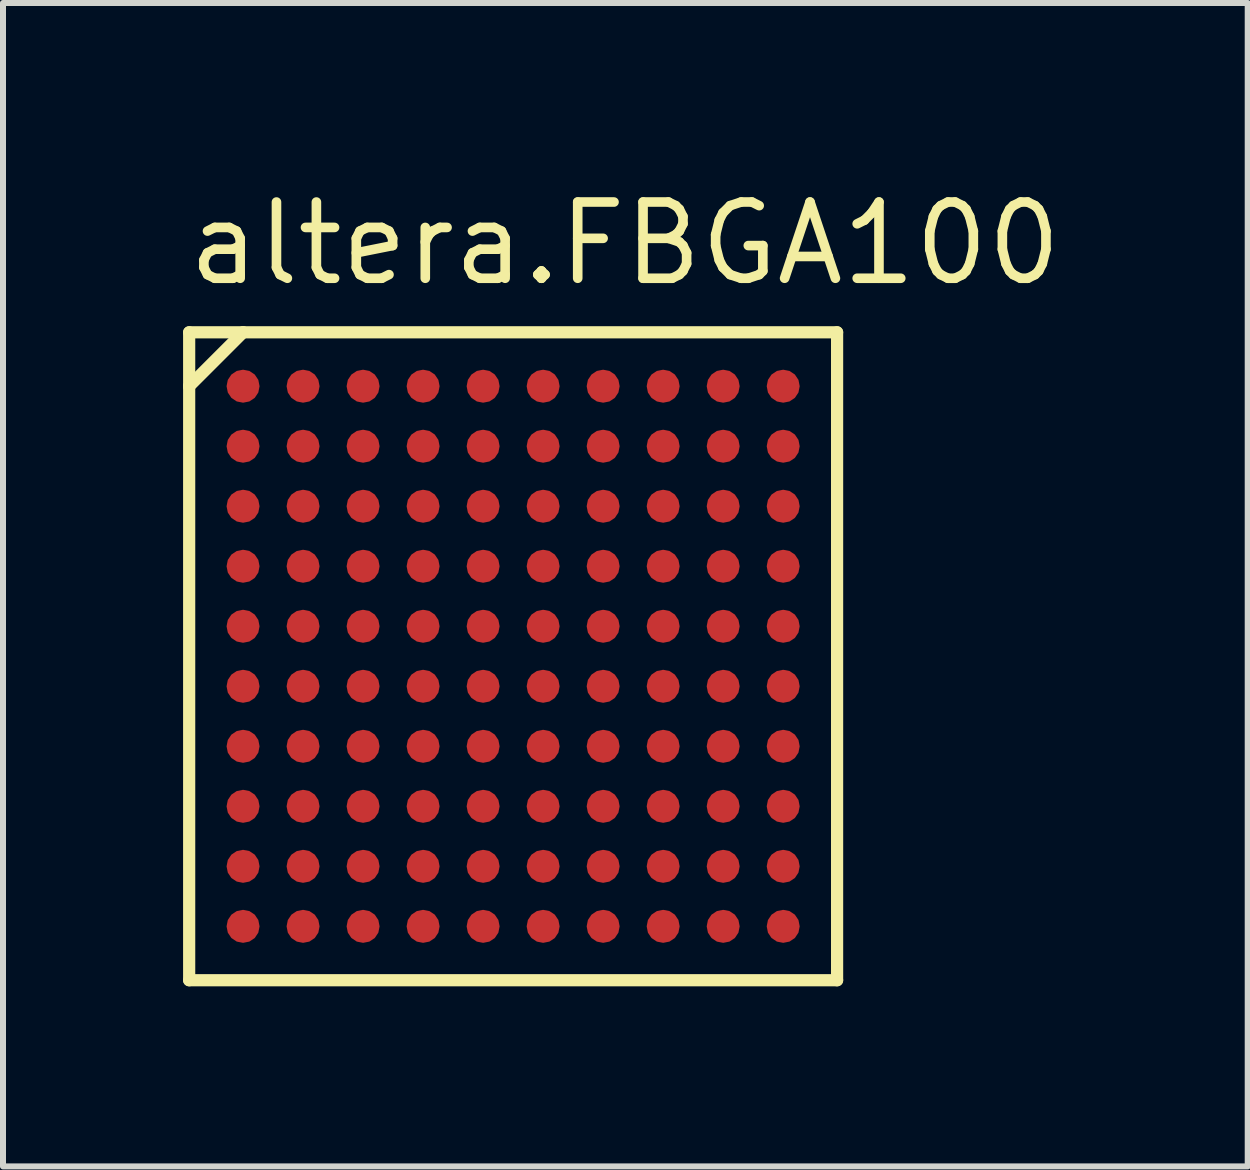
<source format=kicad_pcb>
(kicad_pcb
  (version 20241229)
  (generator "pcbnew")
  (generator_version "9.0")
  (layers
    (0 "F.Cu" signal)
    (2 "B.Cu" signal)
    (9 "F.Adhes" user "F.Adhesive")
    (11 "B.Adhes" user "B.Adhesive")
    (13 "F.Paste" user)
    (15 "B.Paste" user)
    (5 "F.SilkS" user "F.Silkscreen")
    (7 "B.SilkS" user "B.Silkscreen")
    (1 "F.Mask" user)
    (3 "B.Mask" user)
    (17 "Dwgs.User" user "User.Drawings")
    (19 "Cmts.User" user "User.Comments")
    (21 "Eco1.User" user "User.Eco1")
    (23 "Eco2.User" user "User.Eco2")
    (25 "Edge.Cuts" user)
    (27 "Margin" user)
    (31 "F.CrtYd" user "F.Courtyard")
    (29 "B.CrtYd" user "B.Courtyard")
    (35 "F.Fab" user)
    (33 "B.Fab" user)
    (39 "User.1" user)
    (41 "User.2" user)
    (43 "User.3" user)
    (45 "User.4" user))
  (footprint "altera.FBGA100"
    (layer "F.Cu")
    (at 5.5 7.885)
    (property "Reference" "altera.FBGA100" (at -5.5 -6.135 0) (layer "F.SilkS") (effects (font (size 1.27 1.27) (thickness 0.16)) (justify left bottom)))
    (attr smd)
    (fp_circle (center -4.5 -4.5) (end -4.275 -4.5) (stroke (width 0.1) (type default)) (fill no) (layer "F.Mask"))
    (fp_circle (center -4.5 -3.5) (end -4.275 -3.5) (stroke (width 0.1) (type default)) (fill no) (layer "F.Mask"))
    (fp_circle (center -4.5 -2.5) (end -4.275 -2.5) (stroke (width 0.1) (type default)) (fill no) (layer "F.Mask"))
    (fp_circle (center -4.5 -1.5) (end -4.275 -1.5) (stroke (width 0.1) (type default)) (fill no) (layer "F.Mask"))
    (fp_circle (center -4.5 -0.5) (end -4.275 -0.5) (stroke (width 0.1) (type default)) (fill no) (layer "F.Mask"))
    (fp_circle (center -4.5 0.5) (end -4.275 0.5) (stroke (width 0.1) (type default)) (fill no) (layer "F.Mask"))
    (fp_circle (center -4.5 1.5) (end -4.275 1.5) (stroke (width 0.1) (type default)) (fill no) (layer "F.Mask"))
    (fp_circle (center -4.5 2.5) (end -4.275 2.5) (stroke (width 0.1) (type default)) (fill no) (layer "F.Mask"))
    (fp_circle (center -4.5 3.5) (end -4.275 3.5) (stroke (width 0.1) (type default)) (fill no) (layer "F.Mask"))
    (fp_circle (center -4.5 4.5) (end -4.275 4.5) (stroke (width 0.1) (type default)) (fill no) (layer "F.Mask"))
    (fp_circle (center -3.5 -4.5) (end -3.275 -4.5) (stroke (width 0.1) (type default)) (fill no) (layer "F.Mask"))
    (fp_circle (center -3.5 -3.5) (end -3.275 -3.5) (stroke (width 0.1) (type default)) (fill no) (layer "F.Mask"))
    (fp_circle (center -3.5 -2.5) (end -3.275 -2.5) (stroke (width 0.1) (type default)) (fill no) (layer "F.Mask"))
    (fp_circle (center -3.5 -1.5) (end -3.275 -1.5) (stroke (width 0.1) (type default)) (fill no) (layer "F.Mask"))
    (fp_circle (center -3.5 -0.5) (end -3.275 -0.5) (stroke (width 0.1) (type default)) (fill no) (layer "F.Mask"))
    (fp_circle (center -3.5 0.5) (end -3.275 0.5) (stroke (width 0.1) (type default)) (fill no) (layer "F.Mask"))
    (fp_circle (center -3.5 1.5) (end -3.275 1.5) (stroke (width 0.1) (type default)) (fill no) (layer "F.Mask"))
    (fp_circle (center -3.5 2.5) (end -3.275 2.5) (stroke (width 0.1) (type default)) (fill no) (layer "F.Mask"))
    (fp_circle (center -3.5 3.5) (end -3.275 3.5) (stroke (width 0.1) (type default)) (fill no) (layer "F.Mask"))
    (fp_circle (center -3.5 4.5) (end -3.275 4.5) (stroke (width 0.1) (type default)) (fill no) (layer "F.Mask"))
    (fp_circle (center -2.5 -4.5) (end -2.275 -4.5) (stroke (width 0.1) (type default)) (fill no) (layer "F.Mask"))
    (fp_circle (center -2.5 -3.5) (end -2.275 -3.5) (stroke (width 0.1) (type default)) (fill no) (layer "F.Mask"))
    (fp_circle (center -2.5 -2.5) (end -2.275 -2.5) (stroke (width 0.1) (type default)) (fill no) (layer "F.Mask"))
    (fp_circle (center -2.5 -1.5) (end -2.275 -1.5) (stroke (width 0.1) (type default)) (fill no) (layer "F.Mask"))
    (fp_circle (center -2.5 -0.5) (end -2.275 -0.5) (stroke (width 0.1) (type default)) (fill no) (layer "F.Mask"))
    (fp_circle (center -2.5 0.5) (end -2.275 0.5) (stroke (width 0.1) (type default)) (fill no) (layer "F.Mask"))
    (fp_circle (center -2.5 1.5) (end -2.275 1.5) (stroke (width 0.1) (type default)) (fill no) (layer "F.Mask"))
    (fp_circle (center -2.5 2.5) (end -2.275 2.5) (stroke (width 0.1) (type default)) (fill no) (layer "F.Mask"))
    (fp_circle (center -2.5 3.5) (end -2.275 3.5) (stroke (width 0.1) (type default)) (fill no) (layer "F.Mask"))
    (fp_circle (center -2.5 4.5) (end -2.275 4.5) (stroke (width 0.1) (type default)) (fill no) (layer "F.Mask"))
    (fp_circle (center -1.5 -4.5) (end -1.275 -4.5) (stroke (width 0.1) (type default)) (fill no) (layer "F.Mask"))
    (fp_circle (center -1.5 -3.5) (end -1.275 -3.5) (stroke (width 0.1) (type default)) (fill no) (layer "F.Mask"))
    (fp_circle (center -1.5 -2.5) (end -1.275 -2.5) (stroke (width 0.1) (type default)) (fill no) (layer "F.Mask"))
    (fp_circle (center -1.5 -1.5) (end -1.275 -1.5) (stroke (width 0.1) (type default)) (fill no) (layer "F.Mask"))
    (fp_circle (center -1.5 -0.5) (end -1.275 -0.5) (stroke (width 0.1) (type default)) (fill no) (layer "F.Mask"))
    (fp_circle (center -1.5 0.5) (end -1.275 0.5) (stroke (width 0.1) (type default)) (fill no) (layer "F.Mask"))
    (fp_circle (center -1.5 1.5) (end -1.275 1.5) (stroke (width 0.1) (type default)) (fill no) (layer "F.Mask"))
    (fp_circle (center -1.5 2.5) (end -1.275 2.5) (stroke (width 0.1) (type default)) (fill no) (layer "F.Mask"))
    (fp_circle (center -1.5 3.5) (end -1.275 3.5) (stroke (width 0.1) (type default)) (fill no) (layer "F.Mask"))
    (fp_circle (center -1.5 4.5) (end -1.275 4.5) (stroke (width 0.1) (type default)) (fill no) (layer "F.Mask"))
    (fp_circle (center -0.5 -4.5) (end -0.275 -4.5) (stroke (width 0.1) (type default)) (fill no) (layer "F.Mask"))
    (fp_circle (center -0.5 -3.5) (end -0.275 -3.5) (stroke (width 0.1) (type default)) (fill no) (layer "F.Mask"))
    (fp_circle (center -0.5 -2.5) (end -0.275 -2.5) (stroke (width 0.1) (type default)) (fill no) (layer "F.Mask"))
    (fp_circle (center -0.5 -1.5) (end -0.275 -1.5) (stroke (width 0.1) (type default)) (fill no) (layer "F.Mask"))
    (fp_circle (center -0.5 -0.5) (end -0.275 -0.5) (stroke (width 0.1) (type default)) (fill no) (layer "F.Mask"))
    (fp_circle (center -0.5 0.5) (end -0.275 0.5) (stroke (width 0.1) (type default)) (fill no) (layer "F.Mask"))
    (fp_circle (center -0.5 1.5) (end -0.275 1.5) (stroke (width 0.1) (type default)) (fill no) (layer "F.Mask"))
    (fp_circle (center -0.5 2.5) (end -0.275 2.5) (stroke (width 0.1) (type default)) (fill no) (layer "F.Mask"))
    (fp_circle (center -0.5 3.5) (end -0.275 3.5) (stroke (width 0.1) (type default)) (fill no) (layer "F.Mask"))
    (fp_circle (center -0.5 4.5) (end -0.275 4.5) (stroke (width 0.1) (type default)) (fill no) (layer "F.Mask"))
    (fp_circle (center 0.5 -4.5) (end 0.725 -4.5) (stroke (width 0.1) (type default)) (fill no) (layer "F.Mask"))
    (fp_circle (center 0.5 -3.5) (end 0.725 -3.5) (stroke (width 0.1) (type default)) (fill no) (layer "F.Mask"))
    (fp_circle (center 0.5 -2.5) (end 0.725 -2.5) (stroke (width 0.1) (type default)) (fill no) (layer "F.Mask"))
    (fp_circle (center 0.5 -1.5) (end 0.725 -1.5) (stroke (width 0.1) (type default)) (fill no) (layer "F.Mask"))
    (fp_circle (center 0.5 -0.5) (end 0.725 -0.5) (stroke (width 0.1) (type default)) (fill no) (layer "F.Mask"))
    (fp_circle (center 0.5 0.5) (end 0.725 0.5) (stroke (width 0.1) (type default)) (fill no) (layer "F.Mask"))
    (fp_circle (center 0.5 1.5) (end 0.725 1.5) (stroke (width 0.1) (type default)) (fill no) (layer "F.Mask"))
    (fp_circle (center 0.5 2.5) (end 0.725 2.5) (stroke (width 0.1) (type default)) (fill no) (layer "F.Mask"))
    (fp_circle (center 0.5 3.5) (end 0.725 3.5) (stroke (width 0.1) (type default)) (fill no) (layer "F.Mask"))
    (fp_circle (center 0.5 4.5) (end 0.725 4.5) (stroke (width 0.1) (type default)) (fill no) (layer "F.Mask"))
    (fp_circle (center 1.5 -4.5) (end 1.725 -4.5) (stroke (width 0.1) (type default)) (fill no) (layer "F.Mask"))
    (fp_circle (center 1.5 -3.5) (end 1.725 -3.5) (stroke (width 0.1) (type default)) (fill no) (layer "F.Mask"))
    (fp_circle (center 1.5 -2.5) (end 1.725 -2.5) (stroke (width 0.1) (type default)) (fill no) (layer "F.Mask"))
    (fp_circle (center 1.5 -1.5) (end 1.725 -1.5) (stroke (width 0.1) (type default)) (fill no) (layer "F.Mask"))
    (fp_circle (center 1.5 -0.5) (end 1.725 -0.5) (stroke (width 0.1) (type default)) (fill no) (layer "F.Mask"))
    (fp_circle (center 1.5 0.5) (end 1.725 0.5) (stroke (width 0.1) (type default)) (fill no) (layer "F.Mask"))
    (fp_circle (center 1.5 1.5) (end 1.725 1.5) (stroke (width 0.1) (type default)) (fill no) (layer "F.Mask"))
    (fp_circle (center 1.5 2.5) (end 1.725 2.5) (stroke (width 0.1) (type default)) (fill no) (layer "F.Mask"))
    (fp_circle (center 1.5 3.5) (end 1.725 3.5) (stroke (width 0.1) (type default)) (fill no) (layer "F.Mask"))
    (fp_circle (center 1.5 4.5) (end 1.725 4.5) (stroke (width 0.1) (type default)) (fill no) (layer "F.Mask"))
    (fp_circle (center 2.5 -4.5) (end 2.725 -4.5) (stroke (width 0.1) (type default)) (fill no) (layer "F.Mask"))
    (fp_circle (center 2.5 -3.5) (end 2.725 -3.5) (stroke (width 0.1) (type default)) (fill no) (layer "F.Mask"))
    (fp_circle (center 2.5 -2.5) (end 2.725 -2.5) (stroke (width 0.1) (type default)) (fill no) (layer "F.Mask"))
    (fp_circle (center 2.5 -1.5) (end 2.725 -1.5) (stroke (width 0.1) (type default)) (fill no) (layer "F.Mask"))
    (fp_circle (center 2.5 -0.5) (end 2.725 -0.5) (stroke (width 0.1) (type default)) (fill no) (layer "F.Mask"))
    (fp_circle (center 2.5 0.5) (end 2.725 0.5) (stroke (width 0.1) (type default)) (fill no) (layer "F.Mask"))
    (fp_circle (center 2.5 1.5) (end 2.725 1.5) (stroke (width 0.1) (type default)) (fill no) (layer "F.Mask"))
    (fp_circle (center 2.5 2.5) (end 2.725 2.5) (stroke (width 0.1) (type default)) (fill no) (layer "F.Mask"))
    (fp_circle (center 2.5 3.5) (end 2.725 3.5) (stroke (width 0.1) (type default)) (fill no) (layer "F.Mask"))
    (fp_circle (center 2.5 4.5) (end 2.725 4.5) (stroke (width 0.1) (type default)) (fill no) (layer "F.Mask"))
    (fp_circle (center 3.5 -4.5) (end 3.725 -4.5) (stroke (width 0.1) (type default)) (fill no) (layer "F.Mask"))
    (fp_circle (center 3.5 -3.5) (end 3.725 -3.5) (stroke (width 0.1) (type default)) (fill no) (layer "F.Mask"))
    (fp_circle (center 3.5 -2.5) (end 3.725 -2.5) (stroke (width 0.1) (type default)) (fill no) (layer "F.Mask"))
    (fp_circle (center 3.5 -1.5) (end 3.725 -1.5) (stroke (width 0.1) (type default)) (fill no) (layer "F.Mask"))
    (fp_circle (center 3.5 -0.5) (end 3.725 -0.5) (stroke (width 0.1) (type default)) (fill no) (layer "F.Mask"))
    (fp_circle (center 3.5 0.5) (end 3.725 0.5) (stroke (width 0.1) (type default)) (fill no) (layer "F.Mask"))
    (fp_circle (center 3.5 1.5) (end 3.725 1.5) (stroke (width 0.1) (type default)) (fill no) (layer "F.Mask"))
    (fp_circle (center 3.5 2.5) (end 3.725 2.5) (stroke (width 0.1) (type default)) (fill no) (layer "F.Mask"))
    (fp_circle (center 3.5 3.5) (end 3.725 3.5) (stroke (width 0.1) (type default)) (fill no) (layer "F.Mask"))
    (fp_circle (center 3.5 4.5) (end 3.725 4.5) (stroke (width 0.1) (type default)) (fill no) (layer "F.Mask"))
    (fp_circle (center 4.5 -4.5) (end 4.725 -4.5) (stroke (width 0.1) (type default)) (fill no) (layer "F.Mask"))
    (fp_circle (center 4.5 -3.5) (end 4.725 -3.5) (stroke (width 0.1) (type default)) (fill no) (layer "F.Mask"))
    (fp_circle (center 4.5 -2.5) (end 4.725 -2.5) (stroke (width 0.1) (type default)) (fill no) (layer "F.Mask"))
    (fp_circle (center 4.5 -1.5) (end 4.725 -1.5) (stroke (width 0.1) (type default)) (fill no) (layer "F.Mask"))
    (fp_circle (center 4.5 -0.5) (end 4.725 -0.5) (stroke (width 0.1) (type default)) (fill no) (layer "F.Mask"))
    (fp_circle (center 4.5 0.5) (end 4.725 0.5) (stroke (width 0.1) (type default)) (fill no) (layer "F.Mask"))
    (fp_circle (center 4.5 1.5) (end 4.725 1.5) (stroke (width 0.1) (type default)) (fill no) (layer "F.Mask"))
    (fp_circle (center 4.5 2.5) (end 4.725 2.5) (stroke (width 0.1) (type default)) (fill no) (layer "F.Mask"))
    (fp_circle (center 4.5 3.5) (end 4.725 3.5) (stroke (width 0.1) (type default)) (fill no) (layer "F.Mask"))
    (fp_circle (center 4.5 4.5) (end 4.725 4.5) (stroke (width 0.1) (type default)) (fill no) (layer "F.Mask"))
    (fp_line (start -5.398 -5.398) (end -5.398 -4.5) (stroke (width 0.203) (type default)) (layer "F.SilkS"))
    (fp_line (start -5.398 -4.5) (end -5.398 5.398) (stroke (width 0.203) (type default)) (layer "F.SilkS"))
    (fp_line (start -5.398 -4.5) (end -4.5 -5.398) (stroke (width 0.203) (type default)) (layer "F.SilkS"))
    (fp_line (start -5.398 5.398) (end 5.398 5.398) (stroke (width 0.203) (type default)) (layer "F.SilkS"))
    (fp_line (start -4.5 -5.398) (end -5.398 -5.398) (stroke (width 0.203) (type default)) (layer "F.SilkS"))
    (fp_line (start 5.398 -5.398) (end -4.5 -5.398) (stroke (width 0.203) (type default)) (layer "F.SilkS"))
    (fp_line (start 5.398 5.398) (end 5.398 -5.398) (stroke (width 0.203) (type default)) (layer "F.SilkS"))
    (pad "A1" smd roundrect (at -4.5 -4.5) (size 0.55 0.55) (layers "F.Cu" "F.Mask" "F.Paste") (roundrect_rratio 0.5))
    (pad "A2" smd roundrect (at -3.5 -4.5) (size 0.55 0.55) (layers "F.Cu" "F.Mask" "F.Paste") (roundrect_rratio 0.5))
    (pad "A3" smd roundrect (at -2.5 -4.5) (size 0.55 0.55) (layers "F.Cu" "F.Mask" "F.Paste") (roundrect_rratio 0.5))
    (pad "A4" smd roundrect (at -1.5 -4.5) (size 0.55 0.55) (layers "F.Cu" "F.Mask" "F.Paste") (roundrect_rratio 0.5))
    (pad "A5" smd roundrect (at -0.5 -4.5) (size 0.55 0.55) (layers "F.Cu" "F.Mask" "F.Paste") (roundrect_rratio 0.5))
    (pad "A6" smd roundrect (at 0.5 -4.5) (size 0.55 0.55) (layers "F.Cu" "F.Mask" "F.Paste") (roundrect_rratio 0.5))
    (pad "A7" smd roundrect (at 1.5 -4.5) (size 0.55 0.55) (layers "F.Cu" "F.Mask" "F.Paste") (roundrect_rratio 0.5))
    (pad "A8" smd roundrect (at 2.5 -4.5) (size 0.55 0.55) (layers "F.Cu" "F.Mask" "F.Paste") (roundrect_rratio 0.5))
    (pad "A9" smd roundrect (at 3.5 -4.5) (size 0.55 0.55) (layers "F.Cu" "F.Mask" "F.Paste") (roundrect_rratio 0.5))
    (pad "A10" smd roundrect (at 4.5 -4.5) (size 0.55 0.55) (layers "F.Cu" "F.Mask" "F.Paste") (roundrect_rratio 0.5))
    (pad "B1" smd roundrect (at -4.5 -3.5) (size 0.55 0.55) (layers "F.Cu" "F.Mask" "F.Paste") (roundrect_rratio 0.5))
    (pad "B2" smd roundrect (at -3.5 -3.5) (size 0.55 0.55) (layers "F.Cu" "F.Mask" "F.Paste") (roundrect_rratio 0.5))
    (pad "B3" smd roundrect (at -2.5 -3.5) (size 0.55 0.55) (layers "F.Cu" "F.Mask" "F.Paste") (roundrect_rratio 0.5))
    (pad "B4" smd roundrect (at -1.5 -3.5) (size 0.55 0.55) (layers "F.Cu" "F.Mask" "F.Paste") (roundrect_rratio 0.5))
    (pad "B5" smd roundrect (at -0.5 -3.5) (size 0.55 0.55) (layers "F.Cu" "F.Mask" "F.Paste") (roundrect_rratio 0.5))
    (pad "B6" smd roundrect (at 0.5 -3.5) (size 0.55 0.55) (layers "F.Cu" "F.Mask" "F.Paste") (roundrect_rratio 0.5))
    (pad "B7" smd roundrect (at 1.5 -3.5) (size 0.55 0.55) (layers "F.Cu" "F.Mask" "F.Paste") (roundrect_rratio 0.5))
    (pad "B8" smd roundrect (at 2.5 -3.5) (size 0.55 0.55) (layers "F.Cu" "F.Mask" "F.Paste") (roundrect_rratio 0.5))
    (pad "B9" smd roundrect (at 3.5 -3.5) (size 0.55 0.55) (layers "F.Cu" "F.Mask" "F.Paste") (roundrect_rratio 0.5))
    (pad "B10" smd roundrect (at 4.5 -3.5) (size 0.55 0.55) (layers "F.Cu" "F.Mask" "F.Paste") (roundrect_rratio 0.5))
    (pad "C1" smd roundrect (at -4.5 -2.5) (size 0.55 0.55) (layers "F.Cu" "F.Mask" "F.Paste") (roundrect_rratio 0.5))
    (pad "C2" smd roundrect (at -3.5 -2.5) (size 0.55 0.55) (layers "F.Cu" "F.Mask" "F.Paste") (roundrect_rratio 0.5))
    (pad "C3" smd roundrect (at -2.5 -2.5) (size 0.55 0.55) (layers "F.Cu" "F.Mask" "F.Paste") (roundrect_rratio 0.5))
    (pad "C4" smd roundrect (at -1.5 -2.5) (size 0.55 0.55) (layers "F.Cu" "F.Mask" "F.Paste") (roundrect_rratio 0.5))
    (pad "C5" smd roundrect (at -0.5 -2.5) (size 0.55 0.55) (layers "F.Cu" "F.Mask" "F.Paste") (roundrect_rratio 0.5))
    (pad "C6" smd roundrect (at 0.5 -2.5) (size 0.55 0.55) (layers "F.Cu" "F.Mask" "F.Paste") (roundrect_rratio 0.5))
    (pad "C7" smd roundrect (at 1.5 -2.5) (size 0.55 0.55) (layers "F.Cu" "F.Mask" "F.Paste") (roundrect_rratio 0.5))
    (pad "C8" smd roundrect (at 2.5 -2.5) (size 0.55 0.55) (layers "F.Cu" "F.Mask" "F.Paste") (roundrect_rratio 0.5))
    (pad "C9" smd roundrect (at 3.5 -2.5) (size 0.55 0.55) (layers "F.Cu" "F.Mask" "F.Paste") (roundrect_rratio 0.5))
    (pad "C10" smd roundrect (at 4.5 -2.5) (size 0.55 0.55) (layers "F.Cu" "F.Mask" "F.Paste") (roundrect_rratio 0.5))
    (pad "D1" smd roundrect (at -4.5 -1.5) (size 0.55 0.55) (layers "F.Cu" "F.Mask" "F.Paste") (roundrect_rratio 0.5))
    (pad "D2" smd roundrect (at -3.5 -1.5) (size 0.55 0.55) (layers "F.Cu" "F.Mask" "F.Paste") (roundrect_rratio 0.5))
    (pad "D3" smd roundrect (at -2.5 -1.5) (size 0.55 0.55) (layers "F.Cu" "F.Mask" "F.Paste") (roundrect_rratio 0.5))
    (pad "D4" smd roundrect (at -1.5 -1.5) (size 0.55 0.55) (layers "F.Cu" "F.Mask" "F.Paste") (roundrect_rratio 0.5))
    (pad "D5" smd roundrect (at -0.5 -1.5) (size 0.55 0.55) (layers "F.Cu" "F.Mask" "F.Paste") (roundrect_rratio 0.5))
    (pad "D6" smd roundrect (at 0.5 -1.5) (size 0.55 0.55) (layers "F.Cu" "F.Mask" "F.Paste") (roundrect_rratio 0.5))
    (pad "D7" smd roundrect (at 1.5 -1.5) (size 0.55 0.55) (layers "F.Cu" "F.Mask" "F.Paste") (roundrect_rratio 0.5))
    (pad "D8" smd roundrect (at 2.5 -1.5) (size 0.55 0.55) (layers "F.Cu" "F.Mask" "F.Paste") (roundrect_rratio 0.5))
    (pad "D9" smd roundrect (at 3.5 -1.5) (size 0.55 0.55) (layers "F.Cu" "F.Mask" "F.Paste") (roundrect_rratio 0.5))
    (pad "D10" smd roundrect (at 4.5 -1.5) (size 0.55 0.55) (layers "F.Cu" "F.Mask" "F.Paste") (roundrect_rratio 0.5))
    (pad "E1" smd roundrect (at -4.5 -0.5) (size 0.55 0.55) (layers "F.Cu" "F.Mask" "F.Paste") (roundrect_rratio 0.5))
    (pad "E2" smd roundrect (at -3.5 -0.5) (size 0.55 0.55) (layers "F.Cu" "F.Mask" "F.Paste") (roundrect_rratio 0.5))
    (pad "E3" smd roundrect (at -2.5 -0.5) (size 0.55 0.55) (layers "F.Cu" "F.Mask" "F.Paste") (roundrect_rratio 0.5))
    (pad "E4" smd roundrect (at -1.5 -0.5) (size 0.55 0.55) (layers "F.Cu" "F.Mask" "F.Paste") (roundrect_rratio 0.5))
    (pad "E5" smd roundrect (at -0.5 -0.5) (size 0.55 0.55) (layers "F.Cu" "F.Mask" "F.Paste") (roundrect_rratio 0.5))
    (pad "E6" smd roundrect (at 0.5 -0.5) (size 0.55 0.55) (layers "F.Cu" "F.Mask" "F.Paste") (roundrect_rratio 0.5))
    (pad "E7" smd roundrect (at 1.5 -0.5) (size 0.55 0.55) (layers "F.Cu" "F.Mask" "F.Paste") (roundrect_rratio 0.5))
    (pad "E8" smd roundrect (at 2.5 -0.5) (size 0.55 0.55) (layers "F.Cu" "F.Mask" "F.Paste") (roundrect_rratio 0.5))
    (pad "E9" smd roundrect (at 3.5 -0.5) (size 0.55 0.55) (layers "F.Cu" "F.Mask" "F.Paste") (roundrect_rratio 0.5))
    (pad "E10" smd roundrect (at 4.5 -0.5) (size 0.55 0.55) (layers "F.Cu" "F.Mask" "F.Paste") (roundrect_rratio 0.5))
    (pad "F1" smd roundrect (at -4.5 0.5) (size 0.55 0.55) (layers "F.Cu" "F.Mask" "F.Paste") (roundrect_rratio 0.5))
    (pad "F2" smd roundrect (at -3.5 0.5) (size 0.55 0.55) (layers "F.Cu" "F.Mask" "F.Paste") (roundrect_rratio 0.5))
    (pad "F3" smd roundrect (at -2.5 0.5) (size 0.55 0.55) (layers "F.Cu" "F.Mask" "F.Paste") (roundrect_rratio 0.5))
    (pad "F4" smd roundrect (at -1.5 0.5) (size 0.55 0.55) (layers "F.Cu" "F.Mask" "F.Paste") (roundrect_rratio 0.5))
    (pad "F5" smd roundrect (at -0.5 0.5) (size 0.55 0.55) (layers "F.Cu" "F.Mask" "F.Paste") (roundrect_rratio 0.5))
    (pad "F6" smd roundrect (at 0.5 0.5) (size 0.55 0.55) (layers "F.Cu" "F.Mask" "F.Paste") (roundrect_rratio 0.5))
    (pad "F7" smd roundrect (at 1.5 0.5) (size 0.55 0.55) (layers "F.Cu" "F.Mask" "F.Paste") (roundrect_rratio 0.5))
    (pad "F8" smd roundrect (at 2.5 0.5) (size 0.55 0.55) (layers "F.Cu" "F.Mask" "F.Paste") (roundrect_rratio 0.5))
    (pad "F9" smd roundrect (at 3.5 0.5) (size 0.55 0.55) (layers "F.Cu" "F.Mask" "F.Paste") (roundrect_rratio 0.5))
    (pad "F10" smd roundrect (at 4.5 0.5) (size 0.55 0.55) (layers "F.Cu" "F.Mask" "F.Paste") (roundrect_rratio 0.5))
    (pad "G1" smd roundrect (at -4.5 1.5) (size 0.55 0.55) (layers "F.Cu" "F.Mask" "F.Paste") (roundrect_rratio 0.5))
    (pad "G2" smd roundrect (at -3.5 1.5) (size 0.55 0.55) (layers "F.Cu" "F.Mask" "F.Paste") (roundrect_rratio 0.5))
    (pad "G3" smd roundrect (at -2.5 1.5) (size 0.55 0.55) (layers "F.Cu" "F.Mask" "F.Paste") (roundrect_rratio 0.5))
    (pad "G4" smd roundrect (at -1.5 1.5) (size 0.55 0.55) (layers "F.Cu" "F.Mask" "F.Paste") (roundrect_rratio 0.5))
    (pad "G5" smd roundrect (at -0.5 1.5) (size 0.55 0.55) (layers "F.Cu" "F.Mask" "F.Paste") (roundrect_rratio 0.5))
    (pad "G6" smd roundrect (at 0.5 1.5) (size 0.55 0.55) (layers "F.Cu" "F.Mask" "F.Paste") (roundrect_rratio 0.5))
    (pad "G7" smd roundrect (at 1.5 1.5) (size 0.55 0.55) (layers "F.Cu" "F.Mask" "F.Paste") (roundrect_rratio 0.5))
    (pad "G8" smd roundrect (at 2.5 1.5) (size 0.55 0.55) (layers "F.Cu" "F.Mask" "F.Paste") (roundrect_rratio 0.5))
    (pad "G9" smd roundrect (at 3.5 1.5) (size 0.55 0.55) (layers "F.Cu" "F.Mask" "F.Paste") (roundrect_rratio 0.5))
    (pad "G10" smd roundrect (at 4.5 1.5) (size 0.55 0.55) (layers "F.Cu" "F.Mask" "F.Paste") (roundrect_rratio 0.5))
    (pad "H1" smd roundrect (at -4.5 2.5) (size 0.55 0.55) (layers "F.Cu" "F.Mask" "F.Paste") (roundrect_rratio 0.5))
    (pad "H2" smd roundrect (at -3.5 2.5) (size 0.55 0.55) (layers "F.Cu" "F.Mask" "F.Paste") (roundrect_rratio 0.5))
    (pad "H3" smd roundrect (at -2.5 2.5) (size 0.55 0.55) (layers "F.Cu" "F.Mask" "F.Paste") (roundrect_rratio 0.5))
    (pad "H4" smd roundrect (at -1.5 2.5) (size 0.55 0.55) (layers "F.Cu" "F.Mask" "F.Paste") (roundrect_rratio 0.5))
    (pad "H5" smd roundrect (at -0.5 2.5) (size 0.55 0.55) (layers "F.Cu" "F.Mask" "F.Paste") (roundrect_rratio 0.5))
    (pad "H6" smd roundrect (at 0.5 2.5) (size 0.55 0.55) (layers "F.Cu" "F.Mask" "F.Paste") (roundrect_rratio 0.5))
    (pad "H7" smd roundrect (at 1.5 2.5) (size 0.55 0.55) (layers "F.Cu" "F.Mask" "F.Paste") (roundrect_rratio 0.5))
    (pad "H8" smd roundrect (at 2.5 2.5) (size 0.55 0.55) (layers "F.Cu" "F.Mask" "F.Paste") (roundrect_rratio 0.5))
    (pad "H9" smd roundrect (at 3.5 2.5) (size 0.55 0.55) (layers "F.Cu" "F.Mask" "F.Paste") (roundrect_rratio 0.5))
    (pad "H10" smd roundrect (at 4.5 2.5) (size 0.55 0.55) (layers "F.Cu" "F.Mask" "F.Paste") (roundrect_rratio 0.5))
    (pad "J1" smd roundrect (at -4.5 3.5) (size 0.55 0.55) (layers "F.Cu" "F.Mask" "F.Paste") (roundrect_rratio 0.5))
    (pad "J2" smd roundrect (at -3.5 3.5) (size 0.55 0.55) (layers "F.Cu" "F.Mask" "F.Paste") (roundrect_rratio 0.5))
    (pad "J3" smd roundrect (at -2.5 3.5) (size 0.55 0.55) (layers "F.Cu" "F.Mask" "F.Paste") (roundrect_rratio 0.5))
    (pad "J4" smd roundrect (at -1.5 3.5) (size 0.55 0.55) (layers "F.Cu" "F.Mask" "F.Paste") (roundrect_rratio 0.5))
    (pad "J5" smd roundrect (at -0.5 3.5) (size 0.55 0.55) (layers "F.Cu" "F.Mask" "F.Paste") (roundrect_rratio 0.5))
    (pad "J6" smd roundrect (at 0.5 3.5) (size 0.55 0.55) (layers "F.Cu" "F.Mask" "F.Paste") (roundrect_rratio 0.5))
    (pad "J7" smd roundrect (at 1.5 3.5) (size 0.55 0.55) (layers "F.Cu" "F.Mask" "F.Paste") (roundrect_rratio 0.5))
    (pad "J8" smd roundrect (at 2.5 3.5) (size 0.55 0.55) (layers "F.Cu" "F.Mask" "F.Paste") (roundrect_rratio 0.5))
    (pad "J9" smd roundrect (at 3.5 3.5) (size 0.55 0.55) (layers "F.Cu" "F.Mask" "F.Paste") (roundrect_rratio 0.5))
    (pad "J10" smd roundrect (at 4.5 3.5) (size 0.55 0.55) (layers "F.Cu" "F.Mask" "F.Paste") (roundrect_rratio 0.5))
    (pad "K1" smd roundrect (at -4.5 4.5) (size 0.55 0.55) (layers "F.Cu" "F.Mask" "F.Paste") (roundrect_rratio 0.5))
    (pad "K2" smd roundrect (at -3.5 4.5) (size 0.55 0.55) (layers "F.Cu" "F.Mask" "F.Paste") (roundrect_rratio 0.5))
    (pad "K3" smd roundrect (at -2.5 4.5) (size 0.55 0.55) (layers "F.Cu" "F.Mask" "F.Paste") (roundrect_rratio 0.5))
    (pad "K4" smd roundrect (at -1.5 4.5) (size 0.55 0.55) (layers "F.Cu" "F.Mask" "F.Paste") (roundrect_rratio 0.5))
    (pad "K5" smd roundrect (at -0.5 4.5) (size 0.55 0.55) (layers "F.Cu" "F.Mask" "F.Paste") (roundrect_rratio 0.5))
    (pad "K6" smd roundrect (at 0.5 4.5) (size 0.55 0.55) (layers "F.Cu" "F.Mask" "F.Paste") (roundrect_rratio 0.5))
    (pad "K7" smd roundrect (at 1.5 4.5) (size 0.55 0.55) (layers "F.Cu" "F.Mask" "F.Paste") (roundrect_rratio 0.5))
    (pad "K8" smd roundrect (at 2.5 4.5) (size 0.55 0.55) (layers "F.Cu" "F.Mask" "F.Paste") (roundrect_rratio 0.5))
    (pad "K9" smd roundrect (at 3.5 4.5) (size 0.55 0.55) (layers "F.Cu" "F.Mask" "F.Paste") (roundrect_rratio 0.5))
    (pad "K10" smd roundrect (at 4.5 4.5) (size 0.55 0.55) (layers "F.Cu" "F.Mask" "F.Paste") (roundrect_rratio 0.5)))
  (gr_rect
    (start -3 -3)
    (end 17.74 16.385)
    (stroke (width 0.1) (type default))
    (fill no)
    (layer "Edge.Cuts")))
</source>
